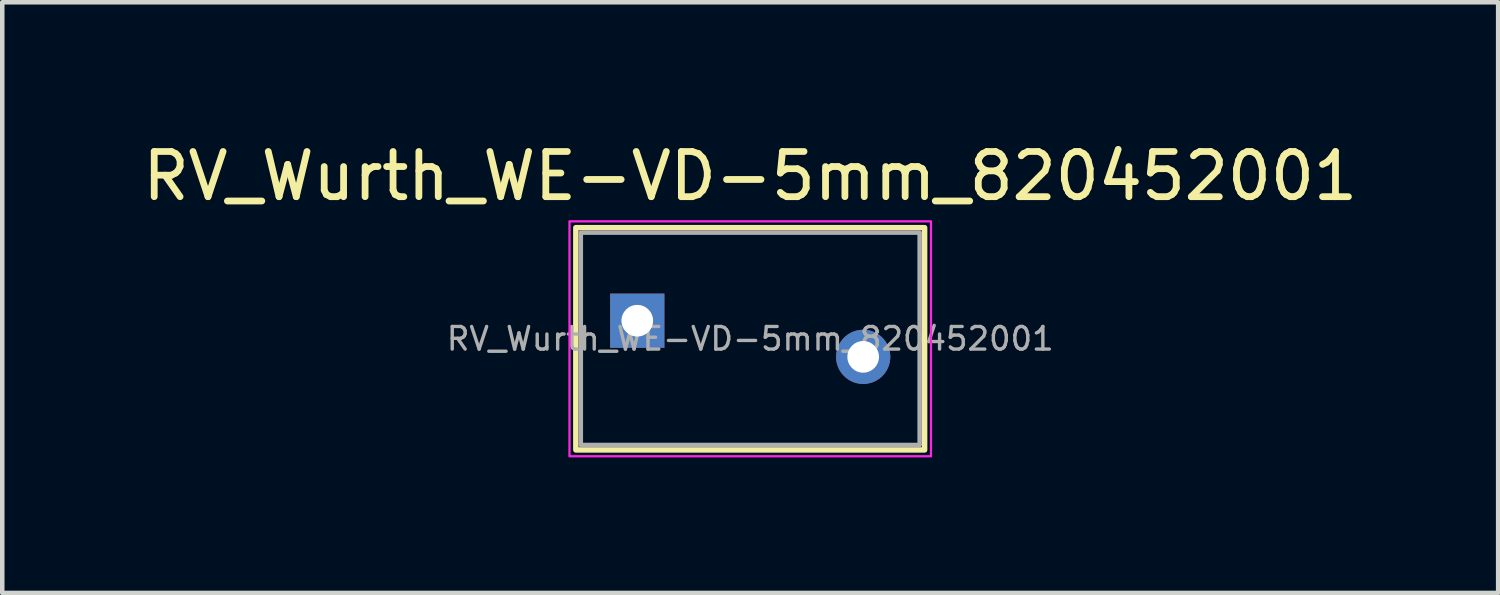
<source format=kicad_pcb>
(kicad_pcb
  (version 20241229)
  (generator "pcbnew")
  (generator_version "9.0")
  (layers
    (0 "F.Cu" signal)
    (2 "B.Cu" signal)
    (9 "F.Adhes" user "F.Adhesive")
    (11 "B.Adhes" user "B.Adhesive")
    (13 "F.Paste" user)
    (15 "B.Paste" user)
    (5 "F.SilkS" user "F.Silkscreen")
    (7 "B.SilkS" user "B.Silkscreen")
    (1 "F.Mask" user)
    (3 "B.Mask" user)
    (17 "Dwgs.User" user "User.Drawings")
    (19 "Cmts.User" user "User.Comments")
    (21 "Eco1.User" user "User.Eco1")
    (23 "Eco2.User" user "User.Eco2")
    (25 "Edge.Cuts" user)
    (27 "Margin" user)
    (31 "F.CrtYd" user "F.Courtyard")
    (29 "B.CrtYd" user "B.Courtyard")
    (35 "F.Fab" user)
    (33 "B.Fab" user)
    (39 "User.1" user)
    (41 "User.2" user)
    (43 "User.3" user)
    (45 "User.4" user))
  (footprint "RV_Wurth_WE-VD-5mm_820452001"
    (layer "F.Cu")
    (at 11.054 4.048)
    (property "Reference" "RV_Wurth_WE-VD-5mm_820452001" (at 2.5 -3.2 0) (unlocked yes) (layer "F.SilkS") (effects (font (size 1 1) (thickness 0.15))))
    (attr through_hole)
    (fp_rect (start -1.36 -2.06) (end 6.36 2.86) (stroke (width 0.12) (type solid)) (fill no) (layer "F.SilkS"))
    (fp_rect (start -1.5 -2.2) (end 6.5 3) (stroke (width 0.05) (type solid)) (fill no) (layer "F.CrtYd"))
    (fp_rect (start -1.25 -1.95) (end 6.25 2.75) (stroke (width 0.1) (type solid)) (fill no) (layer "F.Fab"))
    (fp_text user "${REFERENCE}" (at 2.5 0.4 0) (unlocked yes) (layer "F.Fab") (effects (font (size 0.5 0.5) (thickness 0.075))))
    (pad "1" thru_hole rect (at 0 0) (size 1.2 1.2) (drill 0.7) (layers "*.Cu" "*.Mask"))
    (pad "2" thru_hole circle (at 5 0.8) (size 1.2 1.2) (drill 0.7) (layers "*.Cu" "*.Mask")))
  (gr_rect
    (start -3 -3)
    (end 30.107 10.073)
    (stroke (width 0.1) (type default))
    (fill no)
    (layer "Edge.Cuts")))
</source>
